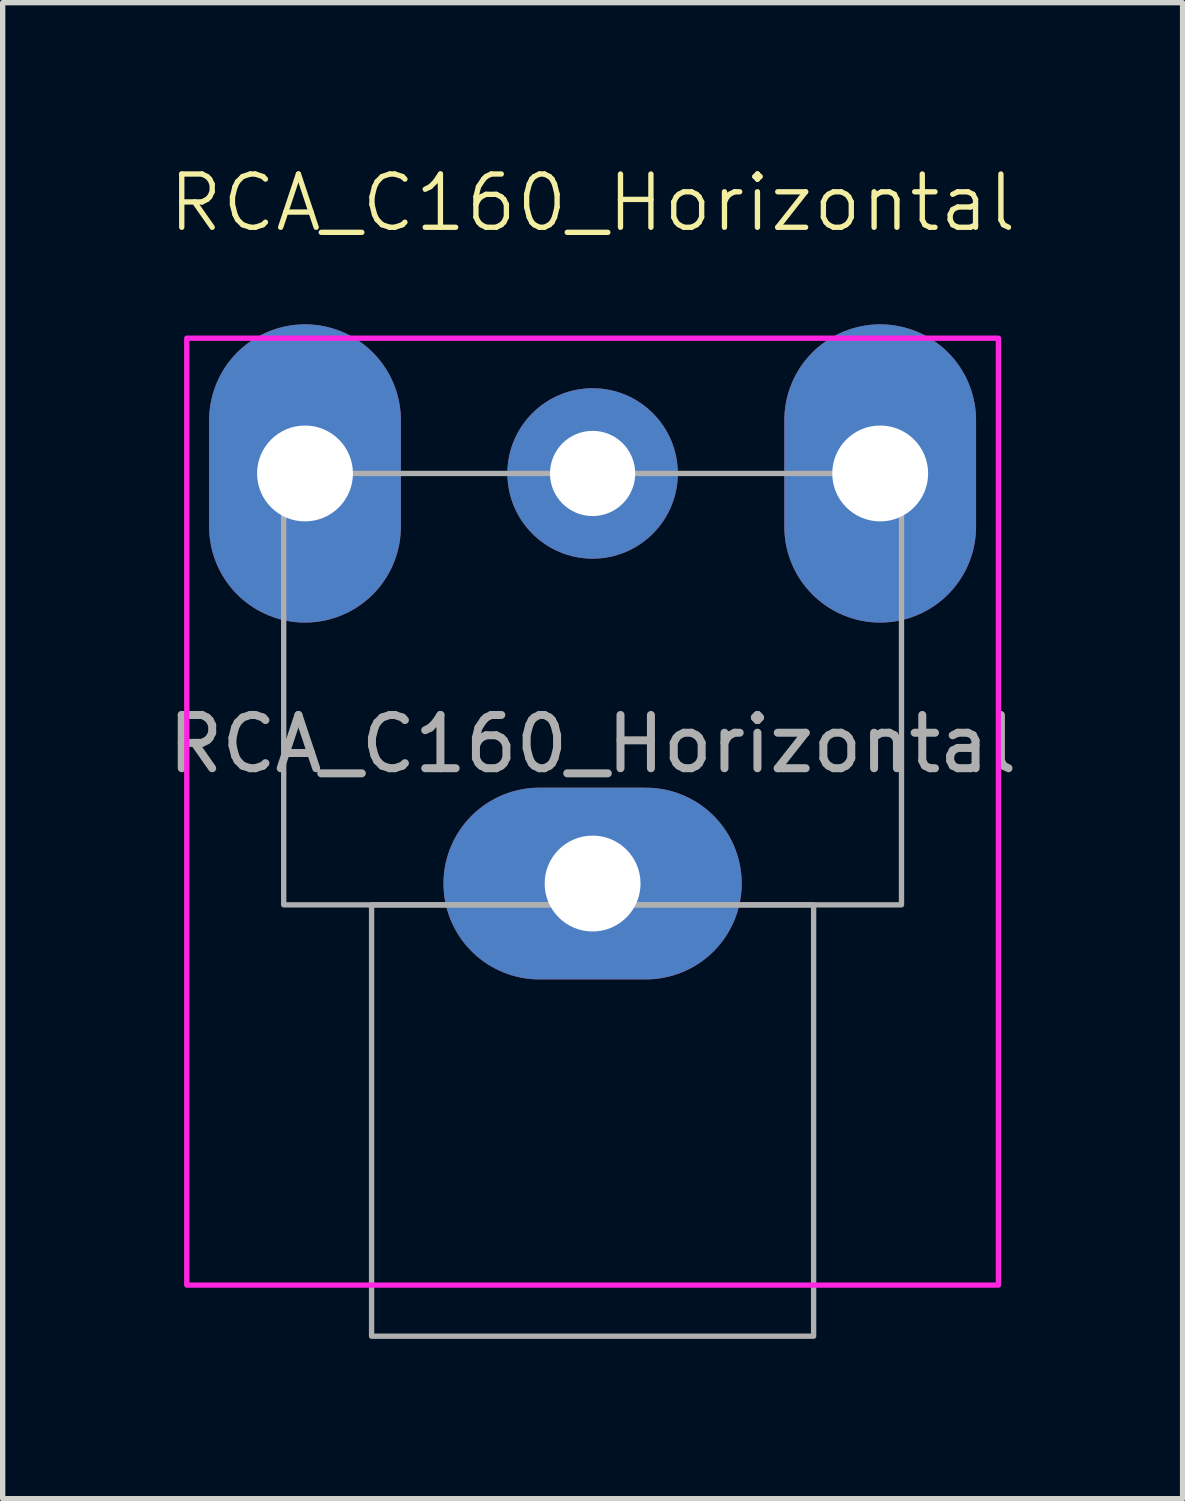
<source format=kicad_pcb>
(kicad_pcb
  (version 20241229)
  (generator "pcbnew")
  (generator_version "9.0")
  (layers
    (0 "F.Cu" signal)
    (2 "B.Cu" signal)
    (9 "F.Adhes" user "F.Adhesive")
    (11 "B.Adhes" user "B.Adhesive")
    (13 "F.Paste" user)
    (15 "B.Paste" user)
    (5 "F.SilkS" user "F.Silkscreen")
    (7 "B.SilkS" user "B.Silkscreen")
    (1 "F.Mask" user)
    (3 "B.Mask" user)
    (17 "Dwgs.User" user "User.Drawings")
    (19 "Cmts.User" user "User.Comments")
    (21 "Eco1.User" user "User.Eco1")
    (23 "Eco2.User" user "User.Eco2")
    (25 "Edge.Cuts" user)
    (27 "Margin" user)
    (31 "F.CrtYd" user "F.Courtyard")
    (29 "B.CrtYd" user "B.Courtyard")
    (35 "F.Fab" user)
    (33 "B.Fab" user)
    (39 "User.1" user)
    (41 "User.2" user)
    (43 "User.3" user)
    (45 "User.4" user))
  (footprint "RCA_C160_Horizontal"
    (layer "F.Cu")
    (at 8.077 5.84)
    (property "Reference" "RCA_C160_Horizontal" (at 0 -5.08 0) (unlocked yes) (layer "F.SilkS") (effects (font (size 1 1) (thickness 0.1))))
    (attr through_hole)
    (fp_rect (start -7.62 -2.54) (end 7.62 15.24) (stroke (width 0.1) (type default)) (fill no) (layer "F.CrtYd"))
    (fp_rect (start -5.8 0) (end 5.8 8.1) (stroke (width 0.1) (type default)) (fill no) (layer "F.Fab"))
    (fp_rect (start -4.15 8.1) (end 4.15 16.2) (stroke (width 0.1) (type default)) (fill no) (layer "F.Fab"))
    (fp_text user "${REFERENCE}" (at 0 5.08 0) (unlocked yes) (layer "F.Fab") (effects (font (size 1 1) (thickness 0.15))))
    (pad "1" thru_hole circle (at 0 0) (size 3.2 3.2) (drill 1.6) (layers "*.Cu" "*.Mask"))
    (pad "2" thru_hole oval (at -5.4 0 270) (size 5.6 3.6) (drill 1.8) (layers "*.Cu" "*.Mask"))
    (pad "2" thru_hole oval (at 0 7.7 270) (size 3.6 5.6) (drill 1.8) (layers "*.Cu" "*.Mask"))
    (pad "2" thru_hole oval (at 5.4 0 270) (size 5.6 3.6) (drill 1.8) (layers "*.Cu" "*.Mask")))
  (gr_rect
    (start -3 -3)
    (end 19.155 25.09)
    (stroke (width 0.1) (type default))
    (fill no)
    (layer "Edge.Cuts")))
</source>
